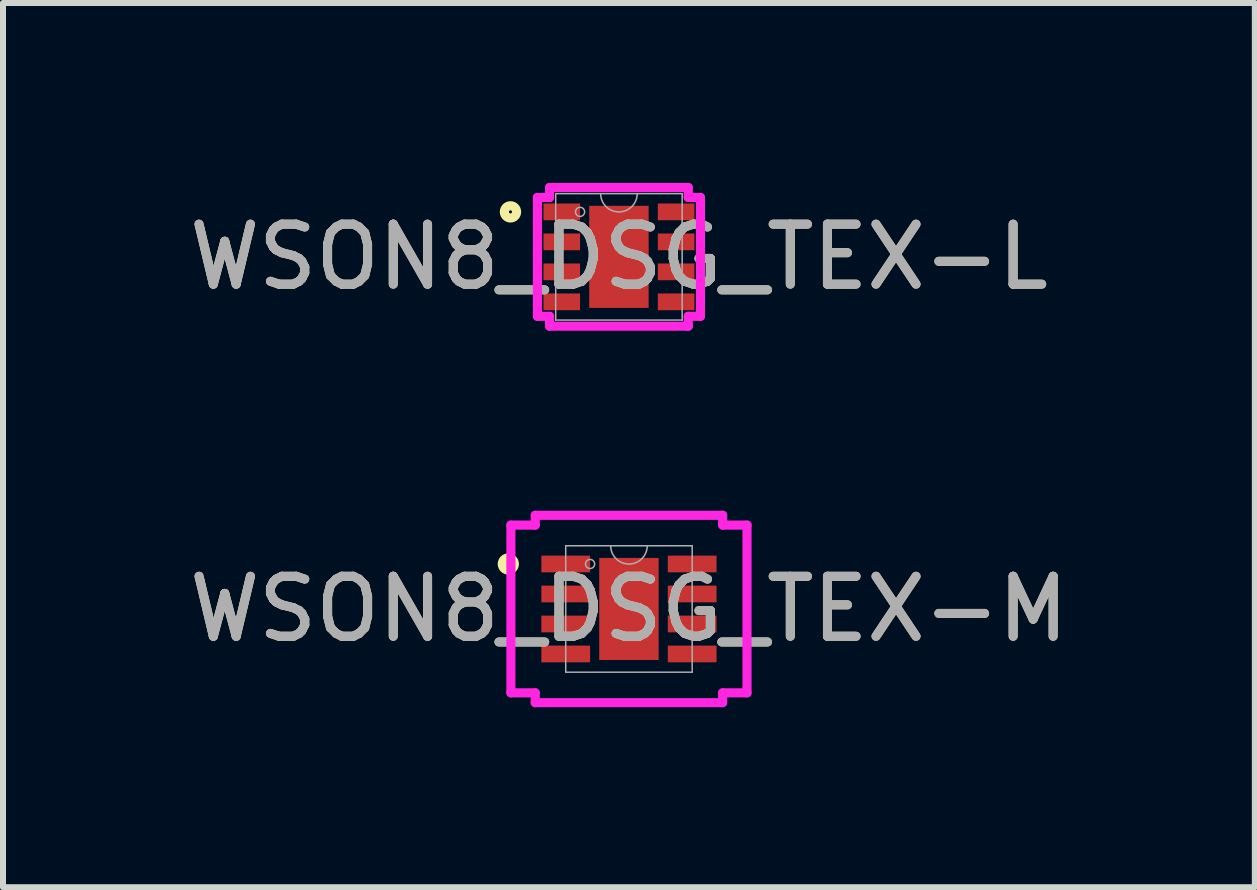
<source format=kicad_pcb>
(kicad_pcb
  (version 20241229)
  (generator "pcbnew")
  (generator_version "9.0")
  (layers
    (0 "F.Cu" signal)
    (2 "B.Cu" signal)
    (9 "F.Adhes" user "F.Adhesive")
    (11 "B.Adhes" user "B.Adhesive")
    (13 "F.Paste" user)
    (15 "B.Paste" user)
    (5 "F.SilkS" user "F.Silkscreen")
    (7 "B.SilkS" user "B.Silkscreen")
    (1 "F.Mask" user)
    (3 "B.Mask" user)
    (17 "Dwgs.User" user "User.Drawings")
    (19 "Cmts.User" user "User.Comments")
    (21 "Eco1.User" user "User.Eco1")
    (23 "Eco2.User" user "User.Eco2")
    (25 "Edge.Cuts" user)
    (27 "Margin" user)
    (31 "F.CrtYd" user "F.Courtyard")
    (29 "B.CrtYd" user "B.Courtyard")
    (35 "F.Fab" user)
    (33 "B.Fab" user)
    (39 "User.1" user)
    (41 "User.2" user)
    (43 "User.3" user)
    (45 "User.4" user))
  (footprint "WSON8_DSG_TEX-L"
    (layer "F.Cu")
    (at 7.268 1.232)
    (property "Reference" "WSON8_DSG_TEX-L" (at 0 0 0) (unlocked yes) (layer "F.SilkS") (effects (font (size 1 1) (thickness 0.15))))
    (attr smd)
    (fp_circle (center -1.808 -0.75) (end -1.706 -0.75) (stroke (width 0.152) (type solid)) (fill no) (layer "F.SilkS"))
    (fp_line (start -1.359 -0.991) (end -1.156 -0.991) (stroke (width 0.152) (type solid)) (layer "F.CrtYd"))
    (fp_line (start -1.359 0.991) (end -1.359 -0.991) (stroke (width 0.152) (type solid)) (layer "F.CrtYd"))
    (fp_line (start -1.359 0.991) (end -1.156 0.991) (stroke (width 0.152) (type solid)) (layer "F.CrtYd"))
    (fp_line (start -1.156 -1.156) (end 1.156 -1.156) (stroke (width 0.152) (type solid)) (layer "F.CrtYd"))
    (fp_line (start -1.156 -0.991) (end -1.156 -1.156) (stroke (width 0.152) (type solid)) (layer "F.CrtYd"))
    (fp_line (start -1.156 1.156) (end -1.156 0.991) (stroke (width 0.152) (type solid)) (layer "F.CrtYd"))
    (fp_line (start 1.156 -1.156) (end 1.156 -0.991) (stroke (width 0.152) (type solid)) (layer "F.CrtYd"))
    (fp_line (start 1.156 0.991) (end 1.156 1.156) (stroke (width 0.152) (type solid)) (layer "F.CrtYd"))
    (fp_line (start 1.156 1.156) (end -1.156 1.156) (stroke (width 0.152) (type solid)) (layer "F.CrtYd"))
    (fp_line (start 1.359 -0.991) (end 1.156 -0.991) (stroke (width 0.152) (type solid)) (layer "F.CrtYd"))
    (fp_line (start 1.359 -0.991) (end 1.359 0.991) (stroke (width 0.152) (type solid)) (layer "F.CrtYd"))
    (fp_line (start 1.359 0.991) (end 1.156 0.991) (stroke (width 0.152) (type solid)) (layer "F.CrtYd"))
    (fp_line (start -1.054 -1.054) (end -1.054 1.054) (stroke (width 0.025) (type solid)) (layer "F.Fab"))
    (fp_line (start -1.054 1.054) (end 1.054 1.054) (stroke (width 0.025) (type solid)) (layer "F.Fab"))
    (fp_line (start 1.054 -1.054) (end -1.054 -1.054) (stroke (width 0.025) (type solid)) (layer "F.Fab"))
    (fp_line (start 1.054 1.054) (end 1.054 -1.054) (stroke (width 0.025) (type solid)) (layer "F.Fab"))
    (fp_arc (start 0.3048 -1.0541) (mid 0 -0.7493) (end -0.3048 -1.0541) (stroke (width 0.0254) (type solid)) (layer "F.Fab"))
    (fp_circle (center -0.648 -0.75) (end -0.572 -0.75) (stroke (width 0.025) (type solid)) (fill no) (layer "F.Fab"))
    (fp_text user "${REFERENCE}" (at 0 0 0) (unlocked yes) (layer "F.Fab") (effects (font (size 1 1) (thickness 0.15))))
    (pad "1" smd rect (at -0.953 -0.75) (size 0.61 0.279) (layers "F.Cu" "F.Mask" "F.Paste"))
    (pad "2" smd rect (at -0.953 -0.25) (size 0.61 0.279) (layers "F.Cu" "F.Mask" "F.Paste"))
    (pad "3" smd rect (at -0.953 0.25) (size 0.61 0.279) (layers "F.Cu" "F.Mask" "F.Paste"))
    (pad "4" smd rect (at -0.953 0.75) (size 0.61 0.279) (layers "F.Cu" "F.Mask" "F.Paste"))
    (pad "5" smd rect (at 0.953 0.75) (size 0.61 0.279) (layers "F.Cu" "F.Mask" "F.Paste"))
    (pad "6" smd rect (at 0.953 0.25) (size 0.61 0.279) (layers "F.Cu" "F.Mask" "F.Paste"))
    (pad "7" smd rect (at 0.953 -0.25) (size 0.61 0.279) (layers "F.Cu" "F.Mask" "F.Paste"))
    (pad "8" smd rect (at 0.953 -0.75) (size 0.61 0.279) (layers "F.Cu" "F.Mask" "F.Paste"))
    (pad "9" smd rect (at 0 0) (size 0.991 1.702) (layers "F.Cu" "F.Mask" "F.Paste")))
  (footprint "WSON8_DSG_TEX-M"
    (layer "F.Cu")
    (at 7.435 7.102)
    (property "Reference" "WSON8_DSG_TEX-M" (at 0 0 0) (unlocked yes) (layer "F.SilkS") (effects (font (size 1 1) (thickness 0.15))))
    (attr smd)
    (fp_circle (center -2.011 -0.75) (end -1.91 -0.75) (stroke (width 0.152) (type solid)) (fill no) (layer "F.SilkS"))
    (fp_line (start -1.968 -1.398) (end -1.562 -1.398) (stroke (width 0.152) (type solid)) (layer "F.CrtYd"))
    (fp_line (start -1.968 1.398) (end -1.968 -1.398) (stroke (width 0.152) (type solid)) (layer "F.CrtYd"))
    (fp_line (start -1.968 1.398) (end -1.562 1.398) (stroke (width 0.152) (type solid)) (layer "F.CrtYd"))
    (fp_line (start -1.562 -1.562) (end 1.562 -1.562) (stroke (width 0.152) (type solid)) (layer "F.CrtYd"))
    (fp_line (start -1.562 -1.398) (end -1.562 -1.562) (stroke (width 0.152) (type solid)) (layer "F.CrtYd"))
    (fp_line (start -1.562 1.562) (end -1.562 1.398) (stroke (width 0.152) (type solid)) (layer "F.CrtYd"))
    (fp_line (start 1.562 -1.562) (end 1.562 -1.398) (stroke (width 0.152) (type solid)) (layer "F.CrtYd"))
    (fp_line (start 1.562 1.398) (end 1.562 1.562) (stroke (width 0.152) (type solid)) (layer "F.CrtYd"))
    (fp_line (start 1.562 1.562) (end -1.562 1.562) (stroke (width 0.152) (type solid)) (layer "F.CrtYd"))
    (fp_line (start 1.968 -1.398) (end 1.562 -1.398) (stroke (width 0.152) (type solid)) (layer "F.CrtYd"))
    (fp_line (start 1.968 -1.398) (end 1.968 1.398) (stroke (width 0.152) (type solid)) (layer "F.CrtYd"))
    (fp_line (start 1.968 1.398) (end 1.562 1.398) (stroke (width 0.152) (type solid)) (layer "F.CrtYd"))
    (fp_line (start -1.054 -1.054) (end -1.054 1.054) (stroke (width 0.025) (type solid)) (layer "F.Fab"))
    (fp_line (start -1.054 1.054) (end 1.054 1.054) (stroke (width 0.025) (type solid)) (layer "F.Fab"))
    (fp_line (start 1.054 -1.054) (end -1.054 -1.054) (stroke (width 0.025) (type solid)) (layer "F.Fab"))
    (fp_line (start 1.054 1.054) (end 1.054 -1.054) (stroke (width 0.025) (type solid)) (layer "F.Fab"))
    (fp_arc (start 0.3048 -1.0541) (mid 0 -0.7493) (end -0.3048 -1.0541) (stroke (width 0.0254) (type solid)) (layer "F.Fab"))
    (fp_circle (center -0.648 -0.75) (end -0.572 -0.75) (stroke (width 0.025) (type solid)) (fill no) (layer "F.Fab"))
    (fp_text user "${REFERENCE}" (at 0 0 0) (unlocked yes) (layer "F.Fab") (effects (font (size 1 1) (thickness 0.15))))
    (pad "1" smd rect (at -1.054 -0.75) (size 0.813 0.279) (layers "F.Cu" "F.Mask" "F.Paste"))
    (pad "2" smd rect (at -1.054 -0.25) (size 0.813 0.279) (layers "F.Cu" "F.Mask" "F.Paste"))
    (pad "3" smd rect (at -1.054 0.25) (size 0.813 0.279) (layers "F.Cu" "F.Mask" "F.Paste"))
    (pad "4" smd rect (at -1.054 0.75) (size 0.813 0.279) (layers "F.Cu" "F.Mask" "F.Paste"))
    (pad "5" smd rect (at 1.054 0.75) (size 0.813 0.279) (layers "F.Cu" "F.Mask" "F.Paste"))
    (pad "6" smd rect (at 1.054 0.25) (size 0.813 0.279) (layers "F.Cu" "F.Mask" "F.Paste"))
    (pad "7" smd rect (at 1.054 -0.25) (size 0.813 0.279) (layers "F.Cu" "F.Mask" "F.Paste"))
    (pad "8" smd rect (at 1.054 -0.75) (size 0.813 0.279) (layers "F.Cu" "F.Mask" "F.Paste"))
    (pad "9" smd rect (at 0 0) (size 0.991 1.702) (layers "F.Cu" "F.Mask" "F.Paste")))
  (gr_rect
    (start -3 -3)
    (end 17.869 11.74)
    (stroke (width 0.1) (type default))
    (fill no)
    (layer "Edge.Cuts")))
</source>
